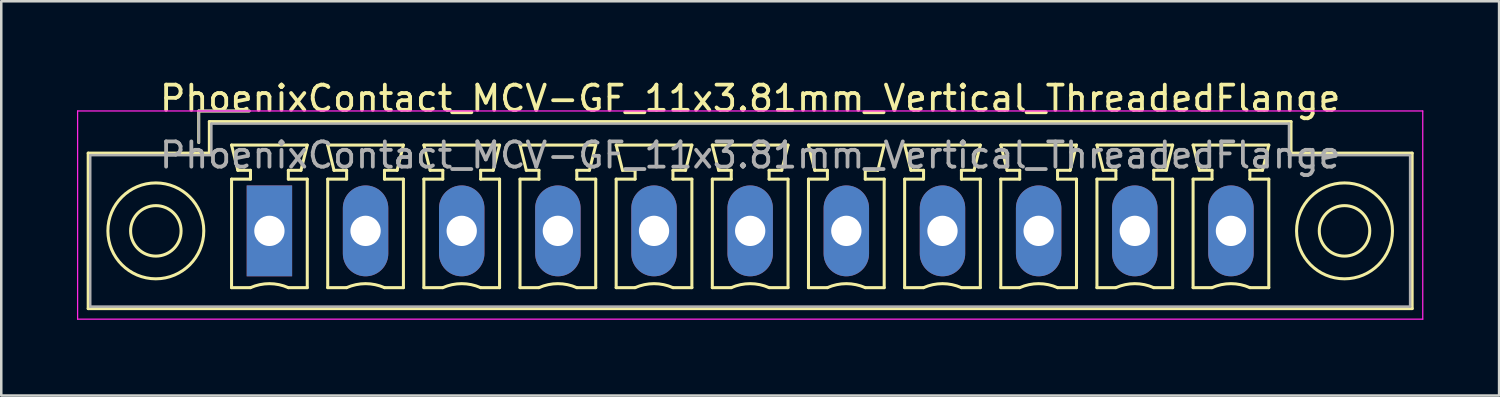
<source format=kicad_pcb>
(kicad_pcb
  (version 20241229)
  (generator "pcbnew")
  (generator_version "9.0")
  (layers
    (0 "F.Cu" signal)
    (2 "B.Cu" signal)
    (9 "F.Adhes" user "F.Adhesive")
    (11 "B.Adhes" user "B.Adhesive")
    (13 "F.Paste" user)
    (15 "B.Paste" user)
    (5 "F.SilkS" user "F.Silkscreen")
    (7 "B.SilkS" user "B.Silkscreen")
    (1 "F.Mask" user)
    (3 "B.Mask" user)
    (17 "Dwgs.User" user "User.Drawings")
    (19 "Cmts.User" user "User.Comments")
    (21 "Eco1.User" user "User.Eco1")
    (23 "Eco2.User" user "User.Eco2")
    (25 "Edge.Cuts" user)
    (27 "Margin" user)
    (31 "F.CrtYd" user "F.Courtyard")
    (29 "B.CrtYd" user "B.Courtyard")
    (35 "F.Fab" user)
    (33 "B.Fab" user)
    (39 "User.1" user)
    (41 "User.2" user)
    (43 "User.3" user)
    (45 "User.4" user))
  (footprint "PhoenixContact_MCV-GF_11x3.81mm_Vertical_ThreadedFlange"
    (layer "F.Cu")
    (at 7.625 6.098)
    (property "Reference" "PhoenixContact_MCV-GF_11x3.81mm_Vertical_ThreadedFlange" (at 19.05 -5.25 0) (layer "F.SilkS") (effects (font (size 1 1) (thickness 0.15))))
    (attr through_hole)
    (fp_line (start -7.18 -3.08) (end -7.18 3.08) (stroke (width 0.12) (type solid)) (layer "F.SilkS"))
    (fp_line (start -7.18 3.08) (end 45.28 3.08) (stroke (width 0.12) (type solid)) (layer "F.SilkS"))
    (fp_line (start -2.8 -4.75) (end -0.8 -4.75) (stroke (width 0.12) (type solid)) (layer "F.SilkS"))
    (fp_line (start -2.8 -3.5) (end -2.8 -4.75) (stroke (width 0.12) (type solid)) (layer "F.SilkS"))
    (fp_line (start -2.38 -4.33) (end -2.38 -3.08) (stroke (width 0.12) (type solid)) (layer "F.SilkS"))
    (fp_line (start -2.38 -3.08) (end -7.18 -3.08) (stroke (width 0.12) (type solid)) (layer "F.SilkS"))
    (fp_line (start -1.5 -3.4) (end 1.5 -3.4) (stroke (width 0.12) (type solid)) (layer "F.SilkS"))
    (fp_line (start -1.5 -2.05) (end -0.75 -2.05) (stroke (width 0.12) (type solid)) (layer "F.SilkS"))
    (fp_line (start -1.5 2.25) (end -1.5 -2.05) (stroke (width 0.12) (type solid)) (layer "F.SilkS"))
    (fp_line (start -1.25 -2.4) (end -1.5 -3.4) (stroke (width 0.12) (type solid)) (layer "F.SilkS"))
    (fp_line (start -0.75 -2.4) (end -1.25 -2.4) (stroke (width 0.12) (type solid)) (layer "F.SilkS"))
    (fp_line (start -0.75 -2.05) (end -0.75 -2.4) (stroke (width 0.12) (type solid)) (layer "F.SilkS"))
    (fp_line (start -0.75 2.25) (end -1.5 2.25) (stroke (width 0.12) (type solid)) (layer "F.SilkS"))
    (fp_line (start 0.75 -2.4) (end 0.75 -2.05) (stroke (width 0.12) (type solid)) (layer "F.SilkS"))
    (fp_line (start 0.75 -2.05) (end 1.5 -2.05) (stroke (width 0.12) (type solid)) (layer "F.SilkS"))
    (fp_line (start 1.25 -2.4) (end 0.75 -2.4) (stroke (width 0.12) (type solid)) (layer "F.SilkS"))
    (fp_line (start 1.5 -3.4) (end 1.25 -2.4) (stroke (width 0.12) (type solid)) (layer "F.SilkS"))
    (fp_line (start 1.5 -2.05) (end 1.5 2.25) (stroke (width 0.12) (type solid)) (layer "F.SilkS"))
    (fp_line (start 1.5 2.25) (end 0.75 2.25) (stroke (width 0.12) (type solid)) (layer "F.SilkS"))
    (fp_line (start 2.31 -3.4) (end 5.31 -3.4) (stroke (width 0.12) (type solid)) (layer "F.SilkS"))
    (fp_line (start 2.31 -2.05) (end 3.06 -2.05) (stroke (width 0.12) (type solid)) (layer "F.SilkS"))
    (fp_line (start 2.31 2.25) (end 2.31 -2.05) (stroke (width 0.12) (type solid)) (layer "F.SilkS"))
    (fp_line (start 2.56 -2.4) (end 2.31 -3.4) (stroke (width 0.12) (type solid)) (layer "F.SilkS"))
    (fp_line (start 3.06 -2.4) (end 2.56 -2.4) (stroke (width 0.12) (type solid)) (layer "F.SilkS"))
    (fp_line (start 3.06 -2.05) (end 3.06 -2.4) (stroke (width 0.12) (type solid)) (layer "F.SilkS"))
    (fp_line (start 3.06 2.25) (end 2.31 2.25) (stroke (width 0.12) (type solid)) (layer "F.SilkS"))
    (fp_line (start 4.56 -2.4) (end 4.56 -2.05) (stroke (width 0.12) (type solid)) (layer "F.SilkS"))
    (fp_line (start 4.56 -2.05) (end 5.31 -2.05) (stroke (width 0.12) (type solid)) (layer "F.SilkS"))
    (fp_line (start 5.06 -2.4) (end 4.56 -2.4) (stroke (width 0.12) (type solid)) (layer "F.SilkS"))
    (fp_line (start 5.31 -3.4) (end 5.06 -2.4) (stroke (width 0.12) (type solid)) (layer "F.SilkS"))
    (fp_line (start 5.31 -2.05) (end 5.31 2.25) (stroke (width 0.12) (type solid)) (layer "F.SilkS"))
    (fp_line (start 5.31 2.25) (end 4.56 2.25) (stroke (width 0.12) (type solid)) (layer "F.SilkS"))
    (fp_line (start 6.12 -3.4) (end 9.12 -3.4) (stroke (width 0.12) (type solid)) (layer "F.SilkS"))
    (fp_line (start 6.12 -2.05) (end 6.87 -2.05) (stroke (width 0.12) (type solid)) (layer "F.SilkS"))
    (fp_line (start 6.12 2.25) (end 6.12 -2.05) (stroke (width 0.12) (type solid)) (layer "F.SilkS"))
    (fp_line (start 6.37 -2.4) (end 6.12 -3.4) (stroke (width 0.12) (type solid)) (layer "F.SilkS"))
    (fp_line (start 6.87 -2.4) (end 6.37 -2.4) (stroke (width 0.12) (type solid)) (layer "F.SilkS"))
    (fp_line (start 6.87 -2.05) (end 6.87 -2.4) (stroke (width 0.12) (type solid)) (layer "F.SilkS"))
    (fp_line (start 6.87 2.25) (end 6.12 2.25) (stroke (width 0.12) (type solid)) (layer "F.SilkS"))
    (fp_line (start 8.37 -2.4) (end 8.37 -2.05) (stroke (width 0.12) (type solid)) (layer "F.SilkS"))
    (fp_line (start 8.37 -2.05) (end 9.12 -2.05) (stroke (width 0.12) (type solid)) (layer "F.SilkS"))
    (fp_line (start 8.87 -2.4) (end 8.37 -2.4) (stroke (width 0.12) (type solid)) (layer "F.SilkS"))
    (fp_line (start 9.12 -3.4) (end 8.87 -2.4) (stroke (width 0.12) (type solid)) (layer "F.SilkS"))
    (fp_line (start 9.12 -2.05) (end 9.12 2.25) (stroke (width 0.12) (type solid)) (layer "F.SilkS"))
    (fp_line (start 9.12 2.25) (end 8.37 2.25) (stroke (width 0.12) (type solid)) (layer "F.SilkS"))
    (fp_line (start 9.93 -3.4) (end 12.93 -3.4) (stroke (width 0.12) (type solid)) (layer "F.SilkS"))
    (fp_line (start 9.93 -2.05) (end 10.68 -2.05) (stroke (width 0.12) (type solid)) (layer "F.SilkS"))
    (fp_line (start 9.93 2.25) (end 9.93 -2.05) (stroke (width 0.12) (type solid)) (layer "F.SilkS"))
    (fp_line (start 10.18 -2.4) (end 9.93 -3.4) (stroke (width 0.12) (type solid)) (layer "F.SilkS"))
    (fp_line (start 10.68 -2.4) (end 10.18 -2.4) (stroke (width 0.12) (type solid)) (layer "F.SilkS"))
    (fp_line (start 10.68 -2.05) (end 10.68 -2.4) (stroke (width 0.12) (type solid)) (layer "F.SilkS"))
    (fp_line (start 10.68 2.25) (end 9.93 2.25) (stroke (width 0.12) (type solid)) (layer "F.SilkS"))
    (fp_line (start 12.18 -2.4) (end 12.18 -2.05) (stroke (width 0.12) (type solid)) (layer "F.SilkS"))
    (fp_line (start 12.18 -2.05) (end 12.93 -2.05) (stroke (width 0.12) (type solid)) (layer "F.SilkS"))
    (fp_line (start 12.68 -2.4) (end 12.18 -2.4) (stroke (width 0.12) (type solid)) (layer "F.SilkS"))
    (fp_line (start 12.93 -3.4) (end 12.68 -2.4) (stroke (width 0.12) (type solid)) (layer "F.SilkS"))
    (fp_line (start 12.93 -2.05) (end 12.93 2.25) (stroke (width 0.12) (type solid)) (layer "F.SilkS"))
    (fp_line (start 12.93 2.25) (end 12.18 2.25) (stroke (width 0.12) (type solid)) (layer "F.SilkS"))
    (fp_line (start 13.74 -3.4) (end 16.74 -3.4) (stroke (width 0.12) (type solid)) (layer "F.SilkS"))
    (fp_line (start 13.74 -2.05) (end 14.49 -2.05) (stroke (width 0.12) (type solid)) (layer "F.SilkS"))
    (fp_line (start 13.74 2.25) (end 13.74 -2.05) (stroke (width 0.12) (type solid)) (layer "F.SilkS"))
    (fp_line (start 13.99 -2.4) (end 13.74 -3.4) (stroke (width 0.12) (type solid)) (layer "F.SilkS"))
    (fp_line (start 14.49 -2.4) (end 13.99 -2.4) (stroke (width 0.12) (type solid)) (layer "F.SilkS"))
    (fp_line (start 14.49 -2.05) (end 14.49 -2.4) (stroke (width 0.12) (type solid)) (layer "F.SilkS"))
    (fp_line (start 14.49 2.25) (end 13.74 2.25) (stroke (width 0.12) (type solid)) (layer "F.SilkS"))
    (fp_line (start 15.99 -2.4) (end 15.99 -2.05) (stroke (width 0.12) (type solid)) (layer "F.SilkS"))
    (fp_line (start 15.99 -2.05) (end 16.74 -2.05) (stroke (width 0.12) (type solid)) (layer "F.SilkS"))
    (fp_line (start 16.49 -2.4) (end 15.99 -2.4) (stroke (width 0.12) (type solid)) (layer "F.SilkS"))
    (fp_line (start 16.74 -3.4) (end 16.49 -2.4) (stroke (width 0.12) (type solid)) (layer "F.SilkS"))
    (fp_line (start 16.74 -2.05) (end 16.74 2.25) (stroke (width 0.12) (type solid)) (layer "F.SilkS"))
    (fp_line (start 16.74 2.25) (end 15.99 2.25) (stroke (width 0.12) (type solid)) (layer "F.SilkS"))
    (fp_line (start 17.55 -3.4) (end 20.55 -3.4) (stroke (width 0.12) (type solid)) (layer "F.SilkS"))
    (fp_line (start 17.55 -2.05) (end 18.3 -2.05) (stroke (width 0.12) (type solid)) (layer "F.SilkS"))
    (fp_line (start 17.55 2.25) (end 17.55 -2.05) (stroke (width 0.12) (type solid)) (layer "F.SilkS"))
    (fp_line (start 17.8 -2.4) (end 17.55 -3.4) (stroke (width 0.12) (type solid)) (layer "F.SilkS"))
    (fp_line (start 18.3 -2.4) (end 17.8 -2.4) (stroke (width 0.12) (type solid)) (layer "F.SilkS"))
    (fp_line (start 18.3 -2.05) (end 18.3 -2.4) (stroke (width 0.12) (type solid)) (layer "F.SilkS"))
    (fp_line (start 18.3 2.25) (end 17.55 2.25) (stroke (width 0.12) (type solid)) (layer "F.SilkS"))
    (fp_line (start 19.8 -2.4) (end 19.8 -2.05) (stroke (width 0.12) (type solid)) (layer "F.SilkS"))
    (fp_line (start 19.8 -2.05) (end 20.55 -2.05) (stroke (width 0.12) (type solid)) (layer "F.SilkS"))
    (fp_line (start 20.3 -2.4) (end 19.8 -2.4) (stroke (width 0.12) (type solid)) (layer "F.SilkS"))
    (fp_line (start 20.55 -3.4) (end 20.3 -2.4) (stroke (width 0.12) (type solid)) (layer "F.SilkS"))
    (fp_line (start 20.55 -2.05) (end 20.55 2.25) (stroke (width 0.12) (type solid)) (layer "F.SilkS"))
    (fp_line (start 20.55 2.25) (end 19.8 2.25) (stroke (width 0.12) (type solid)) (layer "F.SilkS"))
    (fp_line (start 21.36 -3.4) (end 24.36 -3.4) (stroke (width 0.12) (type solid)) (layer "F.SilkS"))
    (fp_line (start 21.36 -2.05) (end 22.11 -2.05) (stroke (width 0.12) (type solid)) (layer "F.SilkS"))
    (fp_line (start 21.36 2.25) (end 21.36 -2.05) (stroke (width 0.12) (type solid)) (layer "F.SilkS"))
    (fp_line (start 21.61 -2.4) (end 21.36 -3.4) (stroke (width 0.12) (type solid)) (layer "F.SilkS"))
    (fp_line (start 22.11 -2.4) (end 21.61 -2.4) (stroke (width 0.12) (type solid)) (layer "F.SilkS"))
    (fp_line (start 22.11 -2.05) (end 22.11 -2.4) (stroke (width 0.12) (type solid)) (layer "F.SilkS"))
    (fp_line (start 22.11 2.25) (end 21.36 2.25) (stroke (width 0.12) (type solid)) (layer "F.SilkS"))
    (fp_line (start 23.61 -2.4) (end 23.61 -2.05) (stroke (width 0.12) (type solid)) (layer "F.SilkS"))
    (fp_line (start 23.61 -2.05) (end 24.36 -2.05) (stroke (width 0.12) (type solid)) (layer "F.SilkS"))
    (fp_line (start 24.11 -2.4) (end 23.61 -2.4) (stroke (width 0.12) (type solid)) (layer "F.SilkS"))
    (fp_line (start 24.36 -3.4) (end 24.11 -2.4) (stroke (width 0.12) (type solid)) (layer "F.SilkS"))
    (fp_line (start 24.36 -2.05) (end 24.36 2.25) (stroke (width 0.12) (type solid)) (layer "F.SilkS"))
    (fp_line (start 24.36 2.25) (end 23.61 2.25) (stroke (width 0.12) (type solid)) (layer "F.SilkS"))
    (fp_line (start 25.17 -3.4) (end 28.17 -3.4) (stroke (width 0.12) (type solid)) (layer "F.SilkS"))
    (fp_line (start 25.17 -2.05) (end 25.92 -2.05) (stroke (width 0.12) (type solid)) (layer "F.SilkS"))
    (fp_line (start 25.17 2.25) (end 25.17 -2.05) (stroke (width 0.12) (type solid)) (layer "F.SilkS"))
    (fp_line (start 25.42 -2.4) (end 25.17 -3.4) (stroke (width 0.12) (type solid)) (layer "F.SilkS"))
    (fp_line (start 25.92 -2.4) (end 25.42 -2.4) (stroke (width 0.12) (type solid)) (layer "F.SilkS"))
    (fp_line (start 25.92 -2.05) (end 25.92 -2.4) (stroke (width 0.12) (type solid)) (layer "F.SilkS"))
    (fp_line (start 25.92 2.25) (end 25.17 2.25) (stroke (width 0.12) (type solid)) (layer "F.SilkS"))
    (fp_line (start 27.42 -2.4) (end 27.42 -2.05) (stroke (width 0.12) (type solid)) (layer "F.SilkS"))
    (fp_line (start 27.42 -2.05) (end 28.17 -2.05) (stroke (width 0.12) (type solid)) (layer "F.SilkS"))
    (fp_line (start 27.92 -2.4) (end 27.42 -2.4) (stroke (width 0.12) (type solid)) (layer "F.SilkS"))
    (fp_line (start 28.17 -3.4) (end 27.92 -2.4) (stroke (width 0.12) (type solid)) (layer "F.SilkS"))
    (fp_line (start 28.17 -2.05) (end 28.17 2.25) (stroke (width 0.12) (type solid)) (layer "F.SilkS"))
    (fp_line (start 28.17 2.25) (end 27.42 2.25) (stroke (width 0.12) (type solid)) (layer "F.SilkS"))
    (fp_line (start 28.98 -3.4) (end 31.98 -3.4) (stroke (width 0.12) (type solid)) (layer "F.SilkS"))
    (fp_line (start 28.98 -2.05) (end 29.73 -2.05) (stroke (width 0.12) (type solid)) (layer "F.SilkS"))
    (fp_line (start 28.98 2.25) (end 28.98 -2.05) (stroke (width 0.12) (type solid)) (layer "F.SilkS"))
    (fp_line (start 29.23 -2.4) (end 28.98 -3.4) (stroke (width 0.12) (type solid)) (layer "F.SilkS"))
    (fp_line (start 29.73 -2.4) (end 29.23 -2.4) (stroke (width 0.12) (type solid)) (layer "F.SilkS"))
    (fp_line (start 29.73 -2.05) (end 29.73 -2.4) (stroke (width 0.12) (type solid)) (layer "F.SilkS"))
    (fp_line (start 29.73 2.25) (end 28.98 2.25) (stroke (width 0.12) (type solid)) (layer "F.SilkS"))
    (fp_line (start 31.23 -2.4) (end 31.23 -2.05) (stroke (width 0.12) (type solid)) (layer "F.SilkS"))
    (fp_line (start 31.23 -2.05) (end 31.98 -2.05) (stroke (width 0.12) (type solid)) (layer "F.SilkS"))
    (fp_line (start 31.73 -2.4) (end 31.23 -2.4) (stroke (width 0.12) (type solid)) (layer "F.SilkS"))
    (fp_line (start 31.98 -3.4) (end 31.73 -2.4) (stroke (width 0.12) (type solid)) (layer "F.SilkS"))
    (fp_line (start 31.98 -2.05) (end 31.98 2.25) (stroke (width 0.12) (type solid)) (layer "F.SilkS"))
    (fp_line (start 31.98 2.25) (end 31.23 2.25) (stroke (width 0.12) (type solid)) (layer "F.SilkS"))
    (fp_line (start 32.79 -3.4) (end 35.79 -3.4) (stroke (width 0.12) (type solid)) (layer "F.SilkS"))
    (fp_line (start 32.79 -2.05) (end 33.54 -2.05) (stroke (width 0.12) (type solid)) (layer "F.SilkS"))
    (fp_line (start 32.79 2.25) (end 32.79 -2.05) (stroke (width 0.12) (type solid)) (layer "F.SilkS"))
    (fp_line (start 33.04 -2.4) (end 32.79 -3.4) (stroke (width 0.12) (type solid)) (layer "F.SilkS"))
    (fp_line (start 33.54 -2.4) (end 33.04 -2.4) (stroke (width 0.12) (type solid)) (layer "F.SilkS"))
    (fp_line (start 33.54 -2.05) (end 33.54 -2.4) (stroke (width 0.12) (type solid)) (layer "F.SilkS"))
    (fp_line (start 33.54 2.25) (end 32.79 2.25) (stroke (width 0.12) (type solid)) (layer "F.SilkS"))
    (fp_line (start 35.04 -2.4) (end 35.04 -2.05) (stroke (width 0.12) (type solid)) (layer "F.SilkS"))
    (fp_line (start 35.04 -2.05) (end 35.79 -2.05) (stroke (width 0.12) (type solid)) (layer "F.SilkS"))
    (fp_line (start 35.54 -2.4) (end 35.04 -2.4) (stroke (width 0.12) (type solid)) (layer "F.SilkS"))
    (fp_line (start 35.79 -3.4) (end 35.54 -2.4) (stroke (width 0.12) (type solid)) (layer "F.SilkS"))
    (fp_line (start 35.79 -2.05) (end 35.79 2.25) (stroke (width 0.12) (type solid)) (layer "F.SilkS"))
    (fp_line (start 35.79 2.25) (end 35.04 2.25) (stroke (width 0.12) (type solid)) (layer "F.SilkS"))
    (fp_line (start 36.6 -3.4) (end 39.6 -3.4) (stroke (width 0.12) (type solid)) (layer "F.SilkS"))
    (fp_line (start 36.6 -2.05) (end 37.35 -2.05) (stroke (width 0.12) (type solid)) (layer "F.SilkS"))
    (fp_line (start 36.6 2.25) (end 36.6 -2.05) (stroke (width 0.12) (type solid)) (layer "F.SilkS"))
    (fp_line (start 36.85 -2.4) (end 36.6 -3.4) (stroke (width 0.12) (type solid)) (layer "F.SilkS"))
    (fp_line (start 37.35 -2.4) (end 36.85 -2.4) (stroke (width 0.12) (type solid)) (layer "F.SilkS"))
    (fp_line (start 37.35 -2.05) (end 37.35 -2.4) (stroke (width 0.12) (type solid)) (layer "F.SilkS"))
    (fp_line (start 37.35 2.25) (end 36.6 2.25) (stroke (width 0.12) (type solid)) (layer "F.SilkS"))
    (fp_line (start 38.85 -2.4) (end 38.85 -2.05) (stroke (width 0.12) (type solid)) (layer "F.SilkS"))
    (fp_line (start 38.85 -2.05) (end 39.6 -2.05) (stroke (width 0.12) (type solid)) (layer "F.SilkS"))
    (fp_line (start 39.35 -2.4) (end 38.85 -2.4) (stroke (width 0.12) (type solid)) (layer "F.SilkS"))
    (fp_line (start 39.6 -3.4) (end 39.35 -2.4) (stroke (width 0.12) (type solid)) (layer "F.SilkS"))
    (fp_line (start 39.6 -2.05) (end 39.6 2.25) (stroke (width 0.12) (type solid)) (layer "F.SilkS"))
    (fp_line (start 39.6 2.25) (end 38.85 2.25) (stroke (width 0.12) (type solid)) (layer "F.SilkS"))
    (fp_line (start 40.48 -4.33) (end -2.38 -4.33) (stroke (width 0.12) (type solid)) (layer "F.SilkS"))
    (fp_line (start 40.48 -3.08) (end 40.48 -4.33) (stroke (width 0.12) (type solid)) (layer "F.SilkS"))
    (fp_line (start 45.28 -3.08) (end 40.48 -3.08) (stroke (width 0.12) (type solid)) (layer "F.SilkS"))
    (fp_line (start 45.28 3.08) (end 45.28 -3.08) (stroke (width 0.12) (type solid)) (layer "F.SilkS"))
    (fp_arc (start -0.75 2.25) (mid -0.000193 2.09191) (end 0.749647 2.249844) (stroke (width 0.12) (type solid)) (layer "F.SilkS"))
    (fp_arc (start 3.06 2.25) (mid 3.809807 2.09191) (end 4.559647 2.249844) (stroke (width 0.12) (type solid)) (layer "F.SilkS"))
    (fp_arc (start 6.87 2.25) (mid 7.619807 2.09191) (end 8.369647 2.249844) (stroke (width 0.12) (type solid)) (layer "F.SilkS"))
    (fp_arc (start 10.68 2.25) (mid 11.429807 2.09191) (end 12.179647 2.249844) (stroke (width 0.12) (type solid)) (layer "F.SilkS"))
    (fp_arc (start 14.49 2.25) (mid 15.239807 2.09191) (end 15.989647 2.249844) (stroke (width 0.12) (type solid)) (layer "F.SilkS"))
    (fp_arc (start 18.3 2.25) (mid 19.049807 2.09191) (end 19.799647 2.249844) (stroke (width 0.12) (type solid)) (layer "F.SilkS"))
    (fp_arc (start 22.11 2.25) (mid 22.859807 2.09191) (end 23.609647 2.249844) (stroke (width 0.12) (type solid)) (layer "F.SilkS"))
    (fp_arc (start 25.92 2.25) (mid 26.669807 2.09191) (end 27.419647 2.249844) (stroke (width 0.12) (type solid)) (layer "F.SilkS"))
    (fp_arc (start 29.73 2.25) (mid 30.479807 2.09191) (end 31.229647 2.249844) (stroke (width 0.12) (type solid)) (layer "F.SilkS"))
    (fp_arc (start 33.54 2.25) (mid 34.289807 2.09191) (end 35.039647 2.249844) (stroke (width 0.12) (type solid)) (layer "F.SilkS"))
    (fp_arc (start 37.35 2.25) (mid 38.099807 2.09191) (end 38.849647 2.249844) (stroke (width 0.12) (type solid)) (layer "F.SilkS"))
    (fp_circle (center -4.5 0) (end -3.5 0) (stroke (width 0.12) (type solid)) (fill no) (layer "F.SilkS"))
    (fp_circle (center -4.5 0) (end -2.6 0) (stroke (width 0.12) (type solid)) (fill no) (layer "F.SilkS"))
    (fp_circle (center 42.6 0) (end 43.6 0) (stroke (width 0.12) (type solid)) (fill no) (layer "F.SilkS"))
    (fp_circle (center 42.6 0) (end 44.5 0) (stroke (width 0.12) (type solid)) (fill no) (layer "F.SilkS"))
    (fp_line (start -7.6 -4.75) (end -7.6 3.5) (stroke (width 0.05) (type solid)) (layer "F.CrtYd"))
    (fp_line (start -7.6 3.5) (end 45.7 3.5) (stroke (width 0.05) (type solid)) (layer "F.CrtYd"))
    (fp_line (start 45.7 -4.75) (end -7.6 -4.75) (stroke (width 0.05) (type solid)) (layer "F.CrtYd"))
    (fp_line (start 45.7 3.5) (end 45.7 -4.75) (stroke (width 0.05) (type solid)) (layer "F.CrtYd"))
    (fp_line (start -7.1 -3) (end -7.1 3) (stroke (width 0.1) (type solid)) (layer "F.Fab"))
    (fp_line (start -7.1 3) (end 45.2 3) (stroke (width 0.1) (type solid)) (layer "F.Fab"))
    (fp_line (start -2.8 -4.75) (end -0.8 -4.75) (stroke (width 0.1) (type solid)) (layer "F.Fab"))
    (fp_line (start -2.8 -3.5) (end -2.8 -4.75) (stroke (width 0.1) (type solid)) (layer "F.Fab"))
    (fp_line (start -2.3 -4.25) (end -2.3 -3) (stroke (width 0.1) (type solid)) (layer "F.Fab"))
    (fp_line (start -2.3 -3) (end -7.1 -3) (stroke (width 0.1) (type solid)) (layer "F.Fab"))
    (fp_line (start 40.4 -4.25) (end -2.3 -4.25) (stroke (width 0.1) (type solid)) (layer "F.Fab"))
    (fp_line (start 40.4 -3) (end 40.4 -4.25) (stroke (width 0.1) (type solid)) (layer "F.Fab"))
    (fp_line (start 45.2 -3) (end 40.4 -3) (stroke (width 0.1) (type solid)) (layer "F.Fab"))
    (fp_line (start 45.2 3) (end 45.2 -3) (stroke (width 0.1) (type solid)) (layer "F.Fab"))
    (fp_text user "${REFERENCE}" (at 19.05 -3 0) (layer "F.Fab") (effects (font (size 1 1) (thickness 0.15))))
    (pad "1" thru_hole rect (at 0 0) (size 1.8 3.6) (drill 1.2) (layers "*.Cu" "*.Mask"))
    (pad "2" thru_hole oval (at 3.81 0) (size 1.8 3.6) (drill 1.2) (layers "*.Cu" "*.Mask"))
    (pad "3" thru_hole oval (at 7.62 0) (size 1.8 3.6) (drill 1.2) (layers "*.Cu" "*.Mask"))
    (pad "4" thru_hole oval (at 11.43 0) (size 1.8 3.6) (drill 1.2) (layers "*.Cu" "*.Mask"))
    (pad "5" thru_hole oval (at 15.24 0) (size 1.8 3.6) (drill 1.2) (layers "*.Cu" "*.Mask"))
    (pad "6" thru_hole oval (at 19.05 0) (size 1.8 3.6) (drill 1.2) (layers "*.Cu" "*.Mask"))
    (pad "7" thru_hole oval (at 22.86 0) (size 1.8 3.6) (drill 1.2) (layers "*.Cu" "*.Mask"))
    (pad "8" thru_hole oval (at 26.67 0) (size 1.8 3.6) (drill 1.2) (layers "*.Cu" "*.Mask"))
    (pad "9" thru_hole oval (at 30.48 0) (size 1.8 3.6) (drill 1.2) (layers "*.Cu" "*.Mask"))
    (pad "10" thru_hole oval (at 34.29 0) (size 1.8 3.6) (drill 1.2) (layers "*.Cu" "*.Mask"))
    (pad "11" thru_hole oval (at 38.1 0) (size 1.8 3.6) (drill 1.2) (layers "*.Cu" "*.Mask")))
  (gr_rect
    (start -3 -3)
    (end 56.35 12.623)
    (stroke (width 0.1) (type default))
    (fill no)
    (layer "Edge.Cuts")))
</source>
